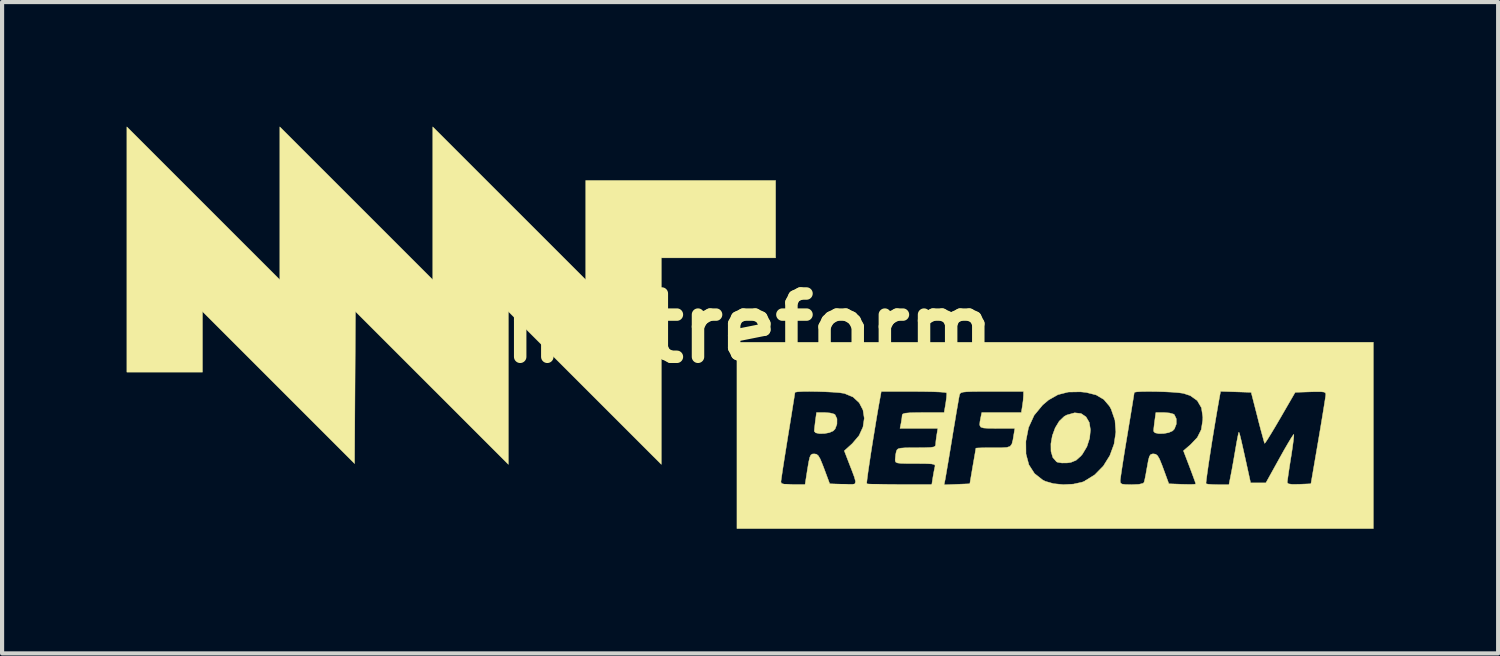
<source format=kicad_pcb>
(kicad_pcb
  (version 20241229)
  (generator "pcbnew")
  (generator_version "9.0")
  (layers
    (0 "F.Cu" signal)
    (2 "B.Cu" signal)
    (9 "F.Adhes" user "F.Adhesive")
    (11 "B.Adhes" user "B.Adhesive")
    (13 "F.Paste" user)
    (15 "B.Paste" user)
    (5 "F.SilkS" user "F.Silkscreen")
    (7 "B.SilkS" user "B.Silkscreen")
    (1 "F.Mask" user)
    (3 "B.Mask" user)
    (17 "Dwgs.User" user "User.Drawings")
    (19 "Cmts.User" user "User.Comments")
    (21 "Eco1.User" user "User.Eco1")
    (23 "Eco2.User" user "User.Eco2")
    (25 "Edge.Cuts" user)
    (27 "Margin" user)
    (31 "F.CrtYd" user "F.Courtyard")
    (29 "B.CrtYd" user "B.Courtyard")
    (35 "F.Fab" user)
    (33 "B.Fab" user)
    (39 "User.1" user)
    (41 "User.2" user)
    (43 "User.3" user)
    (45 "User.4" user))
  (footprint "mntreform"
    (layer "F.Cu")
    (at 14.991 4.852)
    (property "Reference" "mntreform" (at 0 0 0) (layer "F.SilkS") (effects (font (size 1.524 1.524) (thickness 0.3))))
    (attr through_hole)
    (fp_poly (pts (xy 1.947 2.042) (xy 2.043 2.068) (xy 2.066 2.083) (xy 2.113 2.182) (xy 2.112 2.31) (xy 2.068 2.426) (xy 2.023 2.474) (xy 1.929 2.515) (xy 1.809 2.537) (xy 1.69 2.539) (xy 1.6 2.52) (xy 1.566 2.482) (xy 1.572 2.408) (xy 1.586 2.286) (xy 1.593 2.228) (xy 1.62 2.032) (xy 1.818 2.032) (xy 1.947 2.042)) (stroke (width 0.01) (type solid)) (fill yes) (layer "F.SilkS"))
    (fp_poly (pts (xy 10.117 2.042) (xy 10.213 2.068) (xy 10.236 2.083) (xy 10.283 2.182) (xy 10.283 2.31) (xy 10.238 2.426) (xy 10.193 2.474) (xy 10.099 2.515) (xy 9.979 2.537) (xy 9.861 2.539) (xy 9.771 2.52) (xy 9.737 2.482) (xy 9.742 2.408) (xy 9.756 2.286) (xy 9.764 2.228) (xy 9.791 2.032) (xy 9.988 2.032) (xy 10.117 2.042)) (stroke (width 0.01) (type solid)) (fill yes) (layer "F.SilkS"))
    (fp_poly (pts (xy -3.937 -1.165) (xy -3.937 -3.556) (xy 0.635 -3.556) (xy 0.635 -1.693) (xy -2.117 -1.693) (xy -2.117 3.28) (xy -5.8 -0.402) (xy -5.8 3.28) (xy -9.482 -0.401) (xy -9.493 1.429) (xy -9.504 3.26) (xy -11.335 1.429) (xy -13.166 -0.402) (xy -13.166 1.058) (xy -14.986 1.058) (xy -14.986 -4.847) (xy -11.303 -1.165) (xy -11.303 -4.847) (xy -7.62 -1.165) (xy -7.62 -4.847) (xy -3.937 -1.165)) (stroke (width 0.01) (type solid)) (fill yes) (layer "F.SilkS"))
    (fp_poly (pts (xy 7.991 2.056) (xy 8.109 2.136) (xy 8.188 2.27) (xy 8.216 2.449) (xy 8.196 2.65) (xy 8.131 2.852) (xy 8.023 3.033) (xy 7.986 3.077) (xy 7.87 3.181) (xy 7.747 3.231) (xy 7.661 3.244) (xy 7.529 3.246) (xy 7.424 3.228) (xy 7.401 3.218) (xy 7.311 3.116) (xy 7.266 2.965) (xy 7.264 2.783) (xy 7.298 2.589) (xy 7.367 2.401) (xy 7.464 2.24) (xy 7.587 2.123) (xy 7.646 2.091) (xy 7.837 2.038) (xy 7.991 2.056)) (stroke (width 0.01) (type solid)) (fill yes) (layer "F.SilkS"))
    (fp_poly (pts (xy 15.028 4.826) (xy -0.296 4.826) (xy -0.296 3.772) (xy 4.691 3.772) (xy 5.311 3.747) (xy 5.383 3.323) (xy 5.414 3.145) (xy 5.439 3.002) (xy 5.454 2.911) (xy 5.458 2.889) (xy 5.499 2.885) (xy 5.606 2.881) (xy 5.761 2.879) (xy 5.881 2.879) (xy 6.077 2.879) (xy 6.204 2.871) (xy 6.281 2.846) (xy 6.323 2.792) (xy 6.342 2.721) (xy 6.661 2.721) (xy 6.664 3.029) (xy 6.734 3.29) (xy 6.869 3.5) (xy 7.067 3.656) (xy 7.131 3.688) (xy 7.326 3.744) (xy 7.561 3.767) (xy 7.803 3.755) (xy 8.014 3.709) (xy 8.067 3.688) (xy 8.08 3.68) (xy 8.932 3.68) (xy 8.94 3.727) (xy 8.976 3.754) (xy 9.059 3.765) (xy 9.207 3.768) (xy 9.209 3.768) (xy 9.385 3.76) (xy 9.483 3.736) (xy 9.507 3.712) (xy 9.524 3.645) (xy 9.549 3.52) (xy 9.577 3.362) (xy 9.581 3.342) (xy 9.61 3.181) (xy 9.636 3.087) (xy 9.668 3.041) (xy 9.714 3.027) (xy 9.737 3.027) (xy 9.789 3.036) (xy 9.833 3.072) (xy 9.879 3.151) (xy 9.935 3.288) (xy 9.972 3.387) (xy 10.104 3.747) (xy 10.428 3.759) (xy 10.582 3.762) (xy 10.696 3.761) (xy 10.751 3.754) (xy 10.753 3.752) (xy 10.743 3.721) (xy 10.999 3.721) (xy 10.999 3.746) (xy 11.05 3.757) (xy 11.16 3.765) (xy 11.286 3.768) (xy 11.551 3.768) (xy 11.595 3.545) (xy 11.623 3.401) (xy 11.658 3.206) (xy 11.694 2.997) (xy 11.707 2.921) (xy 11.737 2.748) (xy 11.764 2.609) (xy 11.782 2.524) (xy 11.788 2.507) (xy 11.795 2.512) (xy 11.807 2.545) (xy 11.825 2.615) (xy 11.853 2.732) (xy 11.892 2.904) (xy 11.945 3.142) (xy 12.001 3.397) (xy 12.073 3.725) (xy 12.44 3.725) (xy 12.768 3.133) (xy 12.879 2.934) (xy 12.977 2.766) (xy 13.053 2.64) (xy 13.101 2.569) (xy 13.113 2.558) (xy 13.113 2.604) (xy 13.101 2.717) (xy 13.079 2.881) (xy 13.049 3.081) (xy 13.042 3.121) (xy 13.009 3.329) (xy 12.982 3.51) (xy 12.963 3.644) (xy 12.954 3.715) (xy 12.954 3.719) (xy 12.983 3.748) (xy 13.075 3.761) (xy 13.24 3.759) (xy 13.525 3.747) (xy 13.703 2.709) (xy 13.752 2.42) (xy 13.796 2.155) (xy 13.833 1.928) (xy 13.861 1.751) (xy 13.879 1.635) (xy 13.883 1.596) (xy 13.876 1.56) (xy 13.842 1.539) (xy 13.764 1.53) (xy 13.628 1.53) (xy 13.516 1.533) (xy 13.146 1.545) (xy 12.786 2.167) (xy 12.667 2.37) (xy 12.563 2.543) (xy 12.481 2.676) (xy 12.428 2.755) (xy 12.411 2.774) (xy 12.396 2.73) (xy 12.365 2.618) (xy 12.32 2.454) (xy 12.267 2.253) (xy 12.242 2.152) (xy 12.086 1.545) (xy 11.718 1.533) (xy 11.35 1.521) (xy 11.324 1.66) (xy 11.281 1.903) (xy 11.235 2.172) (xy 11.188 2.454) (xy 11.142 2.736) (xy 11.1 3.007) (xy 11.062 3.253) (xy 11.032 3.463) (xy 11.01 3.623) (xy 10.999 3.721) (xy 10.743 3.721) (xy 10.739 3.707) (xy 10.7 3.6) (xy 10.645 3.451) (xy 10.604 3.342) (xy 10.455 2.952) (xy 10.63 2.801) (xy 10.79 2.632) (xy 10.884 2.444) (xy 10.92 2.215) (xy 10.922 2.141) (xy 10.889 1.917) (xy 10.788 1.744) (xy 10.622 1.625) (xy 10.453 1.569) (xy 10.343 1.554) (xy 10.187 1.541) (xy 10.002 1.532) (xy 9.806 1.526) (xy 9.617 1.524) (xy 9.453 1.526) (xy 9.333 1.533) (xy 9.274 1.544) (xy 9.271 1.548) (xy 9.264 1.595) (xy 9.245 1.714) (xy 9.216 1.892) (xy 9.179 2.119) (xy 9.135 2.383) (xy 9.102 2.582) (xy 9.054 2.869) (xy 9.012 3.131) (xy 8.977 3.356) (xy 8.951 3.532) (xy 8.935 3.645) (xy 8.932 3.68) (xy 8.08 3.68) (xy 8.319 3.531) (xy 8.526 3.32) (xy 8.683 3.068) (xy 8.785 2.79) (xy 8.828 2.501) (xy 8.806 2.216) (xy 8.714 1.949) (xy 8.674 1.877) (xy 8.537 1.716) (xy 8.354 1.608) (xy 8.113 1.547) (xy 7.974 1.533) (xy 7.681 1.538) (xy 7.434 1.601) (xy 7.208 1.729) (xy 7.065 1.85) (xy 6.86 2.098) (xy 6.725 2.394) (xy 6.661 2.721) (xy 6.342 2.721) (xy 6.348 2.699) (xy 6.369 2.572) (xy 6.396 2.413) (xy 5.971 2.413) (xy 5.772 2.412) (xy 5.644 2.404) (xy 5.574 2.381) (xy 5.549 2.333) (xy 5.555 2.254) (xy 5.572 2.164) (xy 5.599 2.032) (xy 6.551 2.032) (xy 6.577 1.873) (xy 6.595 1.741) (xy 6.603 1.628) (xy 6.604 1.619) (xy 6.604 1.524) (xy 5.843 1.524) (xy 5.572 1.524) (xy 5.374 1.526) (xy 5.238 1.531) (xy 5.15 1.54) (xy 5.099 1.555) (xy 5.074 1.578) (xy 5.062 1.609) (xy 5.06 1.619) (xy 5.047 1.688) (xy 5.023 1.827) (xy 4.989 2.022) (xy 4.95 2.259) (xy 4.905 2.525) (xy 4.889 2.625) (xy 4.844 2.899) (xy 4.802 3.152) (xy 4.765 3.368) (xy 4.737 3.534) (xy 4.719 3.636) (xy 4.716 3.653) (xy 4.691 3.772) (xy -0.296 3.772) (xy -0.296 3.708) (xy 0.762 3.708) (xy 0.783 3.741) (xy 0.856 3.76) (xy 0.995 3.767) (xy 1.053 3.768) (xy 1.344 3.768) (xy 1.402 3.397) (xy 1.432 3.22) (xy 1.457 3.111) (xy 1.484 3.053) (xy 1.521 3.03) (xy 1.565 3.027) (xy 1.619 3.035) (xy 1.663 3.071) (xy 1.709 3.149) (xy 1.765 3.285) (xy 1.804 3.387) (xy 1.938 3.747) (xy 2.264 3.759) (xy 2.405 3.766) (xy 2.499 3.765) (xy 2.549 3.743) (xy 2.553 3.721) (xy 2.829 3.721) (xy 2.829 3.746) (xy 2.876 3.753) (xy 2.994 3.759) (xy 3.17 3.764) (xy 3.388 3.767) (xy 3.623 3.768) (xy 4.395 3.768) (xy 4.423 3.588) (xy 4.446 3.457) (xy 4.467 3.353) (xy 4.472 3.334) (xy 4.474 3.302) (xy 4.45 3.281) (xy 4.386 3.268) (xy 4.27 3.262) (xy 4.087 3.26) (xy 4.003 3.26) (xy 3.794 3.259) (xy 3.655 3.255) (xy 3.572 3.246) (xy 3.53 3.227) (xy 3.516 3.197) (xy 3.514 3.164) (xy 3.526 3.042) (xy 3.54 2.974) (xy 3.556 2.932) (xy 3.586 2.905) (xy 3.647 2.889) (xy 3.753 2.881) (xy 3.922 2.879) (xy 4.027 2.879) (xy 4.23 2.877) (xy 4.364 2.872) (xy 4.442 2.86) (xy 4.478 2.839) (xy 4.488 2.807) (xy 4.488 2.805) (xy 4.495 2.714) (xy 4.512 2.59) (xy 4.515 2.572) (xy 4.541 2.413) (xy 3.63 2.413) (xy 3.657 2.281) (xy 3.675 2.169) (xy 3.683 2.09) (xy 3.7 2.065) (xy 3.759 2.047) (xy 3.872 2.037) (xy 4.05 2.033) (xy 4.188 2.032) (xy 4.693 2.032) (xy 4.731 1.81) (xy 4.749 1.679) (xy 4.756 1.584) (xy 4.752 1.556) (xy 4.707 1.546) (xy 4.591 1.537) (xy 4.417 1.53) (xy 4.199 1.526) (xy 3.958 1.524) (xy 3.179 1.524) (xy 3.154 1.662) (xy 3.11 1.905) (xy 3.064 2.174) (xy 3.018 2.456) (xy 2.972 2.738) (xy 2.929 3.009) (xy 2.892 3.255) (xy 2.861 3.464) (xy 2.84 3.623) (xy 2.829 3.721) (xy 2.553 3.721) (xy 2.559 3.688) (xy 2.532 3.588) (xy 2.473 3.429) (xy 2.409 3.265) (xy 2.289 2.953) (xy 2.482 2.778) (xy 2.644 2.587) (xy 2.739 2.38) (xy 2.77 2.17) (xy 2.739 1.97) (xy 2.648 1.795) (xy 2.5 1.658) (xy 2.296 1.573) (xy 2.278 1.569) (xy 2.172 1.553) (xy 2.017 1.541) (xy 1.833 1.532) (xy 1.638 1.526) (xy 1.449 1.523) (xy 1.285 1.525) (xy 1.164 1.532) (xy 1.104 1.543) (xy 1.101 1.547) (xy 1.094 1.593) (xy 1.076 1.711) (xy 1.047 1.89) (xy 1.011 2.118) (xy 0.968 2.383) (xy 0.931 2.609) (xy 0.885 2.898) (xy 0.843 3.16) (xy 0.808 3.385) (xy 0.782 3.56) (xy 0.766 3.672) (xy 0.762 3.708) (xy -0.296 3.708) (xy -0.296 0.339) (xy 15.028 0.339) (xy 15.028 4.826)) (stroke (width 0.01) (type solid)) (fill yes) (layer "F.SilkS")))
  (gr_rect
    (start -3 -3)
    (end 33.024 12.683)
    (stroke (width 0.1) (type default))
    (fill no)
    (layer "Edge.Cuts")))
</source>
